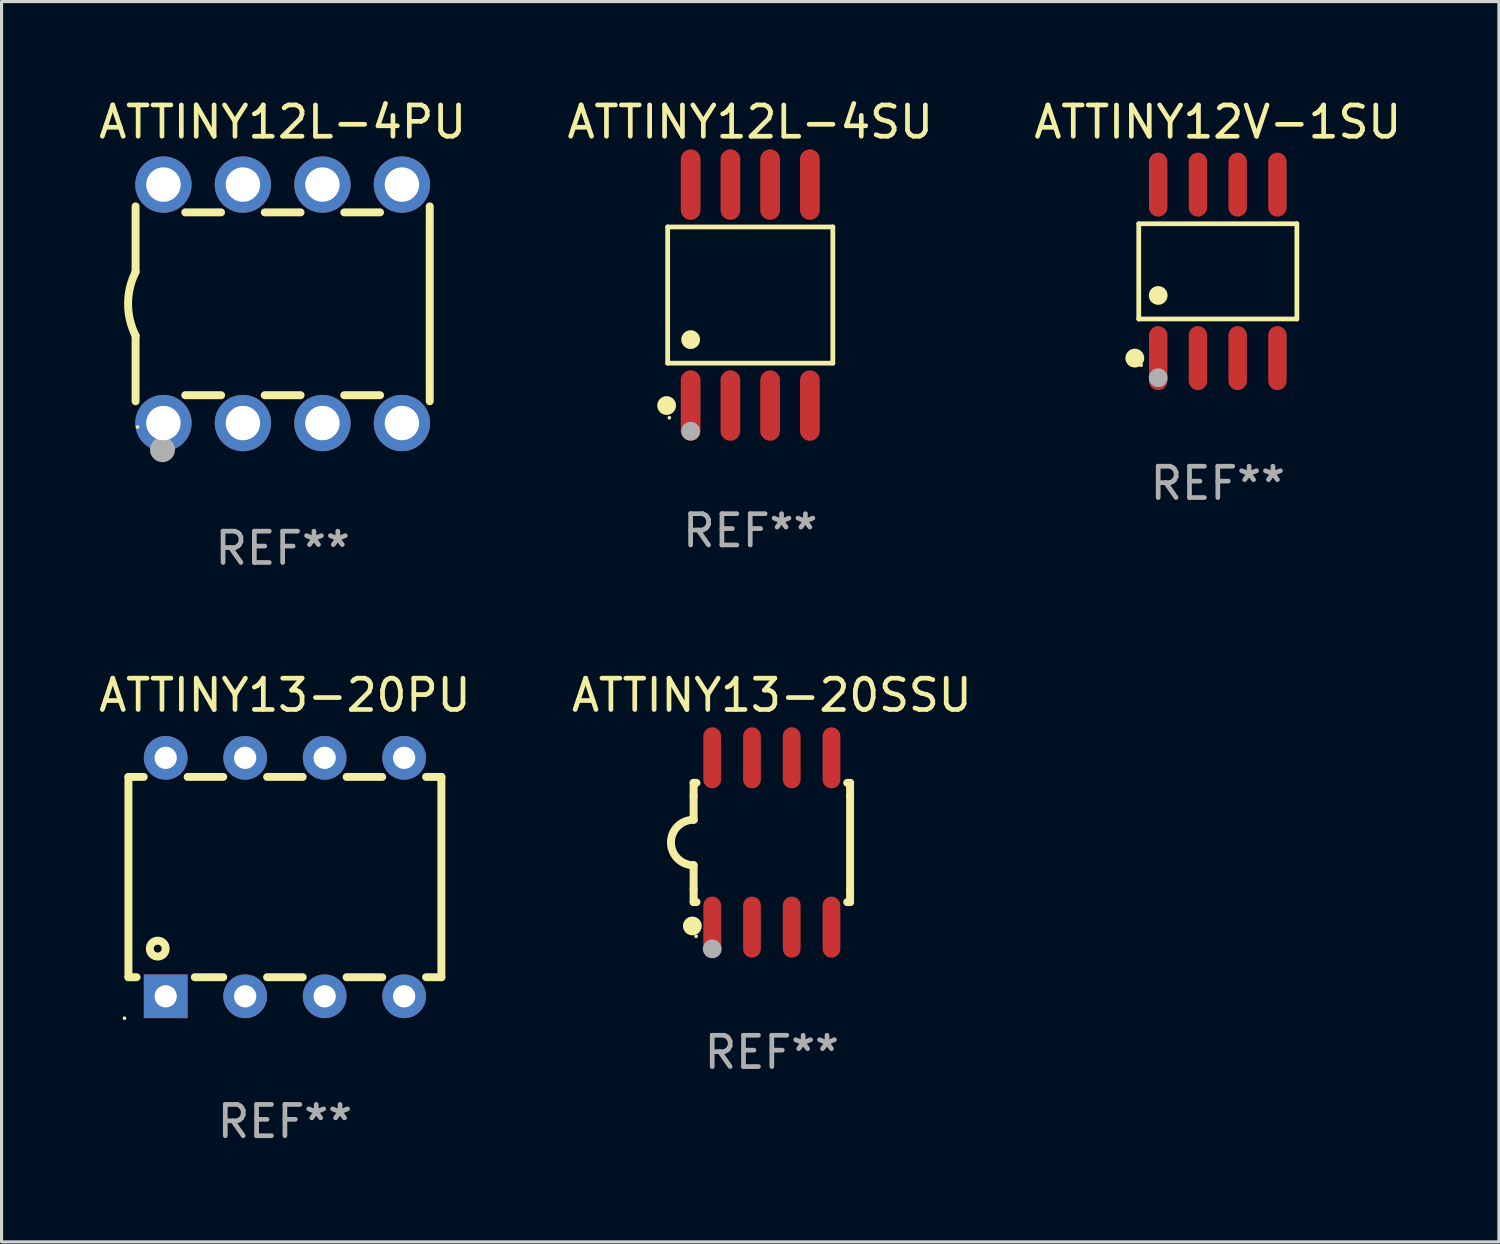
<source format=kicad_pcb>
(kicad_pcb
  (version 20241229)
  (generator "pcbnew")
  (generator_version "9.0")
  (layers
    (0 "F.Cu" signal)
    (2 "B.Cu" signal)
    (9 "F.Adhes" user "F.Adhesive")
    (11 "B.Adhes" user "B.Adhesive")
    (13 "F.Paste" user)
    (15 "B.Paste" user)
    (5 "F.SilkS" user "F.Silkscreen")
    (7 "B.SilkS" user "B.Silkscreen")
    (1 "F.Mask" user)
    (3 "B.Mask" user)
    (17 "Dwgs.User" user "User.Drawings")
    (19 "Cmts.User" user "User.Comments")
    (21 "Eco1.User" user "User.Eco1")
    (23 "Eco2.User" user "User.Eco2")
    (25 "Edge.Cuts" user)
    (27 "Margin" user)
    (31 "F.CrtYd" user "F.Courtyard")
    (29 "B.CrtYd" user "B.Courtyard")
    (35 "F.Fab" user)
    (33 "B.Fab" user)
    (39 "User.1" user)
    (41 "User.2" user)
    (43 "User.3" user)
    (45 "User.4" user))
  (footprint "ATTINY12L-4SU"
    (layer "F.Cu")
    (at 20.923 6.378)
    (property "Reference" "ATTINY12L-4SU" (at 0 -5.53 0) (layer "F.SilkS") (effects (font (size 1 1) (thickness 0.15))))
    (attr through_hole)
    (fp_line (start -2.639 -2.176) (end 2.639 -2.176) (stroke (width 0.152) (type solid)) (layer "F.SilkS"))
    (fp_line (start -2.639 2.176) (end -2.639 -2.176) (stroke (width 0.152) (type solid)) (layer "F.SilkS"))
    (fp_line (start 2.639 -2.176) (end 2.639 2.176) (stroke (width 0.152) (type solid)) (layer "F.SilkS"))
    (fp_line (start 2.639 2.176) (end -2.639 2.176) (stroke (width 0.152) (type solid)) (layer "F.SilkS"))
    (fp_circle (center -2.672 3.53) (end -2.522 3.53) (stroke (width 0.3) (type solid)) (fill no) (layer "F.SilkS"))
    (fp_circle (center -2.585 3.92) (end -2.555 3.92) (stroke (width 0.06) (type solid)) (fill no) (layer "F.SilkS"))
    (fp_circle (center -1.905 1.424) (end -1.755 1.424) (stroke (width 0.3) (type solid)) (fill no) (layer "F.SilkS"))
    (fp_circle (center -1.905 4.35) (end -1.755 4.35) (stroke (width 0.3) (type solid)) (fill no) (layer "F.Fab"))
    (fp_text user "REF**" (at 0 7.53 0) (layer "F.Fab") (effects (font (size 1 1) (thickness 0.15))))
    (pad "1" smd oval (at -1.905 3.53) (size 0.63 2.25) (layers "F.Cu" "F.Mask" "F.Paste"))
    (pad "2" smd oval (at -0.635 3.53) (size 0.63 2.25) (layers "F.Cu" "F.Mask" "F.Paste"))
    (pad "3" smd oval (at 0.635 3.53) (size 0.63 2.25) (layers "F.Cu" "F.Mask" "F.Paste"))
    (pad "4" smd oval (at 1.905 3.53) (size 0.63 2.25) (layers "F.Cu" "F.Mask" "F.Paste"))
    (pad "5" smd oval (at 1.905 -3.53) (size 0.63 2.25) (layers "F.Cu" "F.Mask" "F.Paste"))
    (pad "6" smd oval (at 0.635 -3.53) (size 0.63 2.25) (layers "F.Cu" "F.Mask" "F.Paste"))
    (pad "7" smd oval (at -0.635 -3.53) (size 0.63 2.25) (layers "F.Cu" "F.Mask" "F.Paste"))
    (pad "8" smd oval (at -1.905 -3.53) (size 0.63 2.25) (layers "F.Cu" "F.Mask" "F.Paste")))
  (footprint "ATTINY12L-4PU"
    (layer "F.Cu")
    (at 5.982 6.658)
    (property "Reference" "ATTINY12L-4PU" (at 0 -5.81 0) (layer "F.SilkS") (effects (font (size 1 1) (thickness 0.15))))
    (attr through_hole)
    (fp_line (start -4.7 -1.017) (end -4.7 -3.113) (stroke (width 0.254) (type solid)) (layer "F.SilkS"))
    (fp_line (start -4.7 1.015) (end -4.7 3.113) (stroke (width 0.254) (type solid)) (layer "F.SilkS"))
    (fp_line (start -3.113 2.92) (end -1.967 2.92) (stroke (width 0.254) (type solid)) (layer "F.SilkS"))
    (fp_line (start -3.111 -2.922) (end -1.969 -2.922) (stroke (width 0.254) (type solid)) (layer "F.SilkS"))
    (fp_line (start -0.573 2.92) (end 0.573 2.92) (stroke (width 0.254) (type solid)) (layer "F.SilkS"))
    (fp_line (start -0.571 -2.922) (end 0.571 -2.922) (stroke (width 0.254) (type solid)) (layer "F.SilkS"))
    (fp_line (start 1.967 2.92) (end 3.113 2.92) (stroke (width 0.254) (type solid)) (layer "F.SilkS"))
    (fp_line (start 1.969 -2.922) (end 3.111 -2.922) (stroke (width 0.254) (type solid)) (layer "F.SilkS"))
    (fp_line (start 4.7 -3.113) (end 4.7 3.113) (stroke (width 0.254) (type solid)) (layer "F.SilkS"))
    (fp_arc (start -4.7 1.01524) (mid -4.939846 -0.000762) (end -4.7 -1.016764) (stroke (width 0.254001) (type solid)) (layer "F.SilkS"))
    (fp_circle (center -4.636 3.935) (end -4.606 3.935) (stroke (width 0.06) (type solid)) (fill no) (layer "F.SilkS"))
    (fp_circle (center -3.84 4.66) (end -3.64 4.66) (stroke (width 0.4) (type solid)) (fill no) (layer "F.Fab"))
    (fp_text user "REF**" (at 0 7.81 0) (layer "F.Fab") (effects (font (size 1 1) (thickness 0.15))))
    (pad "1" thru_hole circle (at -3.81 3.81) (size 1.8 1.8) (drill 1.1) (layers "*.Cu" "*.Mask"))
    (pad "2" thru_hole circle (at -1.27 3.81) (size 1.8 1.8) (drill 1.1) (layers "*.Cu" "*.Mask"))
    (pad "3" thru_hole circle (at 1.27 3.81) (size 1.8 1.8) (drill 1.1) (layers "*.Cu" "*.Mask"))
    (pad "4" thru_hole circle (at 3.81 3.81) (size 1.8 1.8) (drill 1.1) (layers "*.Cu" "*.Mask"))
    (pad "5" thru_hole circle (at 3.81 -3.81) (size 1.8 1.8) (drill 1.1) (layers "*.Cu" "*.Mask"))
    (pad "6" thru_hole circle (at 1.27 -3.81) (size 1.8 1.8) (drill 1.1) (layers "*.Cu" "*.Mask"))
    (pad "7" thru_hole circle (at -1.27 -3.81) (size 1.8 1.8) (drill 1.1) (layers "*.Cu" "*.Mask"))
    (pad "8" thru_hole circle (at -3.81 -3.81) (size 1.8 1.8) (drill 1.1) (layers "*.Cu" "*.Mask")))
  (footprint "ATTINY13-20SSU"
    (layer "F.Cu")
    (at 21.613 23.87)
    (property "Reference" "ATTINY13-20SSU" (at 0 -4.705 0) (layer "F.SilkS") (effects (font (size 1 1) (thickness 0.15))))
    (attr through_hole)
    (fp_line (start -2.5 -1.905) (end -2.409 -1.905) (stroke (width 0.254) (type solid)) (layer "F.SilkS"))
    (fp_line (start -2.5 -1.5) (end -2.5 -1.905) (stroke (width 0.254) (type solid)) (layer "F.SilkS"))
    (fp_line (start -2.5 -1.5) (end -2.5 -0.726) (stroke (width 0.254) (type solid)) (layer "F.SilkS"))
    (fp_line (start -2.5 1.5) (end -2.5 0.727) (stroke (width 0.254) (type solid)) (layer "F.SilkS"))
    (fp_line (start -2.5 1.5) (end -2.5 1.905) (stroke (width 0.254) (type solid)) (layer "F.SilkS"))
    (fp_line (start -2.5 1.905) (end -2.409 1.905) (stroke (width 0.254) (type solid)) (layer "F.SilkS"))
    (fp_line (start 2.5 -1.905) (end 2.409 -1.905) (stroke (width 0.254) (type solid)) (layer "F.SilkS"))
    (fp_line (start 2.5 -1.5) (end 2.5 -1.905) (stroke (width 0.254) (type solid)) (layer "F.SilkS"))
    (fp_line (start 2.5 -1.5) (end 2.5 1.5) (stroke (width 0.254) (type solid)) (layer "F.SilkS"))
    (fp_line (start 2.5 1.5) (end 2.5 1.905) (stroke (width 0.254) (type solid)) (layer "F.SilkS"))
    (fp_line (start 2.5 1.905) (end 2.409 1.905) (stroke (width 0.254) (type solid)) (layer "F.SilkS"))
    (fp_arc (start -2.5 0.726568) (mid -3.220316 -0.0023) (end -2.495097 -0.726289) (stroke (width 0.254001) (type solid)) (layer "F.SilkS"))
    (fp_circle (center -2.54 2.667) (end -2.39 2.667) (stroke (width 0.3) (type solid)) (fill no) (layer "F.SilkS"))
    (fp_circle (center -2.42 3) (end -2.39 3) (stroke (width 0.06) (type solid)) (fill no) (layer "F.SilkS"))
    (fp_circle (center -1.905 3.4) (end -1.755 3.4) (stroke (width 0.3) (type solid)) (fill no) (layer "F.Fab"))
    (fp_text user "REF**" (at 0 6.705 0) (layer "F.Fab") (effects (font (size 1 1) (thickness 0.15))))
    (pad "1" smd oval (at -1.905 2.705) (size 0.568 1.95) (layers "F.Cu" "F.Mask" "F.Paste"))
    (pad "2" smd oval (at -0.635 2.705) (size 0.568 1.95) (layers "F.Cu" "F.Mask" "F.Paste"))
    (pad "3" smd oval (at 0.635 2.705) (size 0.568 1.95) (layers "F.Cu" "F.Mask" "F.Paste"))
    (pad "4" smd oval (at 1.905 2.705) (size 0.568 1.95) (layers "F.Cu" "F.Mask" "F.Paste"))
    (pad "5" smd oval (at 1.905 -2.705) (size 0.568 1.95) (layers "F.Cu" "F.Mask" "F.Paste"))
    (pad "6" smd oval (at 0.635 -2.705) (size 0.568 1.95) (layers "F.Cu" "F.Mask" "F.Paste"))
    (pad "7" smd oval (at -0.635 -2.705) (size 0.568 1.95) (layers "F.Cu" "F.Mask" "F.Paste"))
    (pad "8" smd oval (at -1.905 -2.705) (size 0.568 1.95) (layers "F.Cu" "F.Mask" "F.Paste")))
  (footprint "ATTINY12V-1SU"
    (layer "F.Cu")
    (at 35.863 5.621)
    (property "Reference" "ATTINY12V-1SU" (at 0 -4.772 0) (layer "F.SilkS") (effects (font (size 1 1) (thickness 0.15))))
    (attr through_hole)
    (fp_line (start -2.526 -1.521) (end 2.526 -1.521) (stroke (width 0.152) (type solid)) (layer "F.SilkS"))
    (fp_line (start -2.526 1.521) (end -2.526 -1.521) (stroke (width 0.152) (type solid)) (layer "F.SilkS"))
    (fp_line (start 2.526 -1.521) (end 2.526 1.521) (stroke (width 0.152) (type solid)) (layer "F.SilkS"))
    (fp_line (start 2.526 1.521) (end -2.526 1.521) (stroke (width 0.152) (type solid)) (layer "F.SilkS"))
    (fp_circle (center -2.652 2.772) (end -2.501 2.772) (stroke (width 0.3) (type solid)) (fill no) (layer "F.SilkS"))
    (fp_circle (center -2.45 3) (end -2.42 3) (stroke (width 0.06) (type solid)) (fill no) (layer "F.SilkS"))
    (fp_circle (center -1.905 0.769) (end -1.755 0.769) (stroke (width 0.3) (type solid)) (fill no) (layer "F.SilkS"))
    (fp_circle (center -1.905 3.4) (end -1.755 3.4) (stroke (width 0.3) (type solid)) (fill no) (layer "F.Fab"))
    (fp_text user "REF**" (at 0 6.772 0) (layer "F.Fab") (effects (font (size 1 1) (thickness 0.15))))
    (pad "1" smd oval (at -1.905 2.772) (size 0.588 2.045) (layers "F.Cu" "F.Mask" "F.Paste"))
    (pad "2" smd oval (at -0.635 2.772) (size 0.588 2.045) (layers "F.Cu" "F.Mask" "F.Paste"))
    (pad "3" smd oval (at 0.635 2.772) (size 0.588 2.045) (layers "F.Cu" "F.Mask" "F.Paste"))
    (pad "4" smd oval (at 1.905 2.772) (size 0.588 2.045) (layers "F.Cu" "F.Mask" "F.Paste"))
    (pad "5" smd oval (at 1.905 -2.772) (size 0.588 2.045) (layers "F.Cu" "F.Mask" "F.Paste"))
    (pad "6" smd oval (at 0.635 -2.772) (size 0.588 2.045) (layers "F.Cu" "F.Mask" "F.Paste"))
    (pad "7" smd oval (at -0.635 -2.772) (size 0.588 2.045) (layers "F.Cu" "F.Mask" "F.Paste"))
    (pad "8" smd oval (at -1.905 -2.772) (size 0.588 2.045) (layers "F.Cu" "F.Mask" "F.Paste")))
  (footprint "ATTINY13-20PU"
    (layer "F.Cu")
    (at 6.054 24.975)
    (property "Reference" "ATTINY13-20PU" (at 0 -5.81 0) (layer "F.SilkS") (effects (font (size 1 1) (thickness 0.15))))
    (attr through_hole)
    (fp_line (start -5 -3.2) (end -5 3.2) (stroke (width 0.254) (type solid)) (layer "F.SilkS"))
    (fp_line (start -5 -3.2) (end -4.511 -3.2) (stroke (width 0.254) (type solid)) (layer "F.SilkS"))
    (fp_line (start -5 3.2) (end -4.74 3.2) (stroke (width 0.254) (type solid)) (layer "F.SilkS"))
    (fp_line (start -3.109 -3.2) (end -1.971 -3.2) (stroke (width 0.254) (type solid)) (layer "F.SilkS"))
    (fp_line (start -2.88 3.2) (end -1.971 3.2) (stroke (width 0.254) (type solid)) (layer "F.SilkS"))
    (fp_line (start -0.569 -3.2) (end 0.569 -3.2) (stroke (width 0.254) (type solid)) (layer "F.SilkS"))
    (fp_line (start -0.569 3.2) (end 0.569 3.2) (stroke (width 0.254) (type solid)) (layer "F.SilkS"))
    (fp_line (start 1.971 -3.2) (end 3.109 -3.2) (stroke (width 0.254) (type solid)) (layer "F.SilkS"))
    (fp_line (start 1.971 3.2) (end 3.109 3.2) (stroke (width 0.254) (type solid)) (layer "F.SilkS"))
    (fp_line (start 4.511 -3.2) (end 5 -3.2) (stroke (width 0.254) (type solid)) (layer "F.SilkS"))
    (fp_line (start 4.511 3.2) (end 5 3.2) (stroke (width 0.254) (type solid)) (layer "F.SilkS"))
    (fp_line (start 5 -3.2) (end 5 3.2) (stroke (width 0.254) (type solid)) (layer "F.SilkS"))
    (fp_circle (center -5.127 4.509) (end -5.097 4.509) (stroke (width 0.06) (type solid)) (fill no) (layer "F.SilkS"))
    (fp_circle (center -4.064 2.286) (end -3.81 2.286) (stroke (width 0.254) (type solid)) (fill no) (layer "F.SilkS"))
    (fp_text user "REF**" (at 0 7.81 0) (layer "F.Fab") (effects (font (size 1 1) (thickness 0.15))))
    (pad "1" thru_hole rect (at -3.81 3.81) (size 1.397 1.397) (drill 0.711) (layers "*.Cu" "*.Mask"))
    (pad "2" thru_hole circle (at -1.27 3.81) (size 1.397 1.397) (drill 0.711) (layers "*.Cu" "*.Mask"))
    (pad "3" thru_hole circle (at 1.27 3.81) (size 1.397 1.397) (drill 0.711) (layers "*.Cu" "*.Mask"))
    (pad "4" thru_hole circle (at 3.81 3.81) (size 1.397 1.397) (drill 0.711) (layers "*.Cu" "*.Mask"))
    (pad "5" thru_hole circle (at 3.81 -3.81) (size 1.397 1.397) (drill 0.711) (layers "*.Cu" "*.Mask"))
    (pad "6" thru_hole circle (at 1.27 -3.81) (size 1.397 1.397) (drill 0.711) (layers "*.Cu" "*.Mask"))
    (pad "7" thru_hole circle (at -1.27 -3.81) (size 1.397 1.397) (drill 0.711) (layers "*.Cu" "*.Mask"))
    (pad "8" thru_hole circle (at -3.81 -3.81) (size 1.397 1.397) (drill 0.711) (layers "*.Cu" "*.Mask")))
  (gr_rect
    (start -3 -3)
    (end 44.845 36.633)
    (stroke (width 0.1) (type default))
    (fill no)
    (layer "Edge.Cuts")))
</source>
